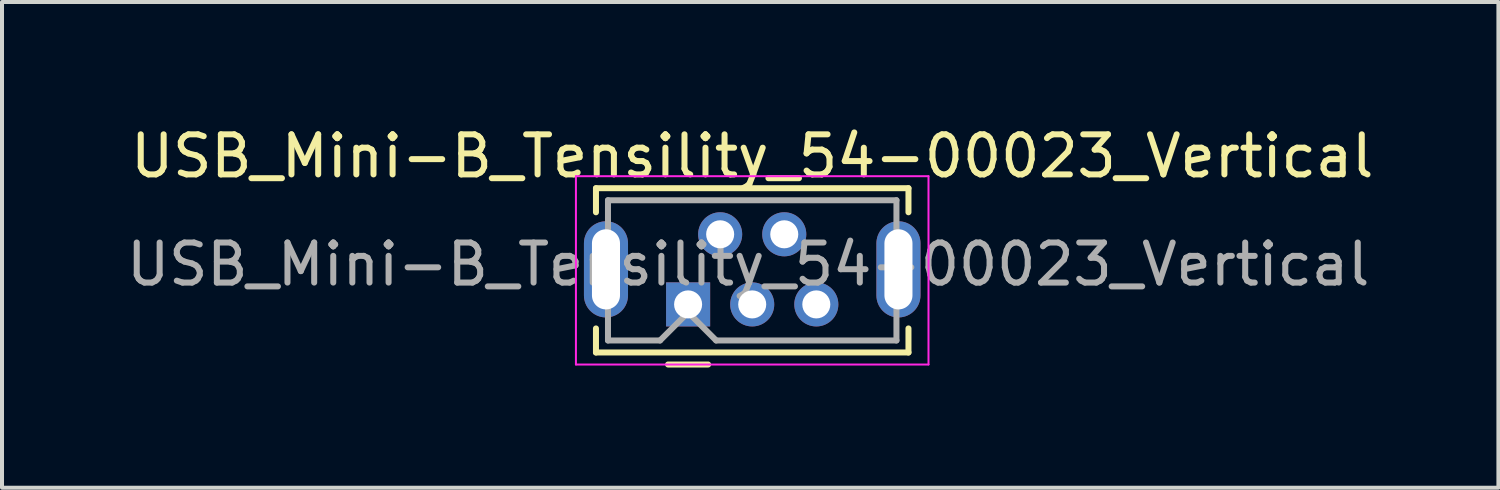
<source format=kicad_pcb>
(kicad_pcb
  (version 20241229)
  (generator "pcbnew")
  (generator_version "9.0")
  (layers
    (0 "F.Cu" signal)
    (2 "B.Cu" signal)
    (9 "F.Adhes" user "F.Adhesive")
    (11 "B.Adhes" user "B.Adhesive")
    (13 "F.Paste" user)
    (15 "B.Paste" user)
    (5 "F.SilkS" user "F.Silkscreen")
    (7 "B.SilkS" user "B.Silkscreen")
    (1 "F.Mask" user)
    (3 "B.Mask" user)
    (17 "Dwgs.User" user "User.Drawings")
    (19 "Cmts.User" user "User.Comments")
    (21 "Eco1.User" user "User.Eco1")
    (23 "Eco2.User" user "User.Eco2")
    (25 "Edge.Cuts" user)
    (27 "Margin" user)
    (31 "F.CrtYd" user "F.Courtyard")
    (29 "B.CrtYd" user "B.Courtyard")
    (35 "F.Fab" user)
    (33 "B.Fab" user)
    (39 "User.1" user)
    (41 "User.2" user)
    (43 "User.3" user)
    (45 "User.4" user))
  (footprint "USB_Mini-B_Tensility_54-00023_Vertical"
    (layer "F.Cu")
    (at 14.125 4.548)
    (property "Reference" "USB_Mini-B_Tensility_54-00023_Vertical" (at 1.6 -3.7 0) (layer "F.SilkS") (effects (font (size 1 1) (thickness 0.15))))
    (attr through_hole)
    (fp_line (start -2.3 -2.9) (end 5.5 -2.9) (stroke (width 0.15) (type solid)) (layer "F.SilkS"))
    (fp_line (start -2.3 -2.3) (end -2.3 -2.9) (stroke (width 0.15) (type solid)) (layer "F.SilkS"))
    (fp_line (start -2.3 0.6) (end -2.3 1.2) (stroke (width 0.15) (type solid)) (layer "F.SilkS"))
    (fp_line (start -2.3 1.2) (end 5.5 1.2) (stroke (width 0.15) (type solid)) (layer "F.SilkS"))
    (fp_line (start -0.5 1.5) (end 0.5 1.5) (stroke (width 0.15) (type solid)) (layer "F.SilkS"))
    (fp_line (start 5.5 -2.9) (end 5.5 -2.3) (stroke (width 0.15) (type solid)) (layer "F.SilkS"))
    (fp_line (start 5.5 1.2) (end 5.5 0.6) (stroke (width 0.15) (type solid)) (layer "F.SilkS"))
    (fp_line (start -2.8 -3.2) (end -2.8 1.5) (stroke (width 0.05) (type solid)) (layer "F.CrtYd"))
    (fp_line (start -2.8 1.5) (end 6 1.5) (stroke (width 0.05) (type solid)) (layer "F.CrtYd"))
    (fp_line (start 6 -3.2) (end -2.8 -3.2) (stroke (width 0.05) (type solid)) (layer "F.CrtYd"))
    (fp_line (start 6 1.5) (end 6 -3.2) (stroke (width 0.05) (type solid)) (layer "F.CrtYd"))
    (fp_line (start -2 0.9) (end -2 -2.6) (stroke (width 0.15) (type solid)) (layer "F.Fab"))
    (fp_line (start -2 0.9) (end -0.7 0.9) (stroke (width 0.15) (type solid)) (layer "F.Fab"))
    (fp_line (start -0.7 0.9) (end 0 0.2) (stroke (width 0.15) (type solid)) (layer "F.Fab"))
    (fp_line (start 0 0.2) (end 0.7 0.9) (stroke (width 0.15) (type solid)) (layer "F.Fab"))
    (fp_line (start 0.7 0.9) (end 5.2 0.9) (stroke (width 0.15) (type solid)) (layer "F.Fab"))
    (fp_line (start 5.2 -2.6) (end -2 -2.6) (stroke (width 0.15) (type solid)) (layer "F.Fab"))
    (fp_line (start 5.2 -2.6) (end 5.2 0.9) (stroke (width 0.15) (type solid)) (layer "F.Fab"))
    (fp_text user "${REFERENCE}" (at 1.5 -1 0) (layer "F.Fab") (effects (font (size 1 1) (thickness 0.15))))
    (pad "1" thru_hole rect (at 0 0) (size 1.1 1.1) (drill 0.7) (layers "*.Cu" "*.Mask"))
    (pad "2" thru_hole circle (at 0.8 -1.75) (size 1.1 1.1) (drill 0.7) (layers "*.Cu" "*.Mask"))
    (pad "3" thru_hole circle (at 1.6 0) (size 1.1 1.1) (drill 0.7) (layers "*.Cu" "*.Mask"))
    (pad "4" thru_hole circle (at 2.4 -1.75) (size 1.1 1.1) (drill 0.7) (layers "*.Cu" "*.Mask"))
    (pad "5" thru_hole circle (at 3.2 0) (size 1.1 1.1) (drill 0.7) (layers "*.Cu" "*.Mask"))
    (pad "6" thru_hole oval (at -2.05 -0.875) (size 1.1 2.4) (drill oval 0.7 2) (layers "*.Cu" "*.Mask"))
    (pad "6" thru_hole oval (at 5.25 -0.875) (size 1.1 2.4) (drill oval 0.7 2) (layers "*.Cu" "*.Mask")))
  (gr_rect
    (start -3 -3)
    (end 34.35 9.123)
    (stroke (width 0.1) (type default))
    (fill no)
    (layer "Edge.Cuts")))
</source>
